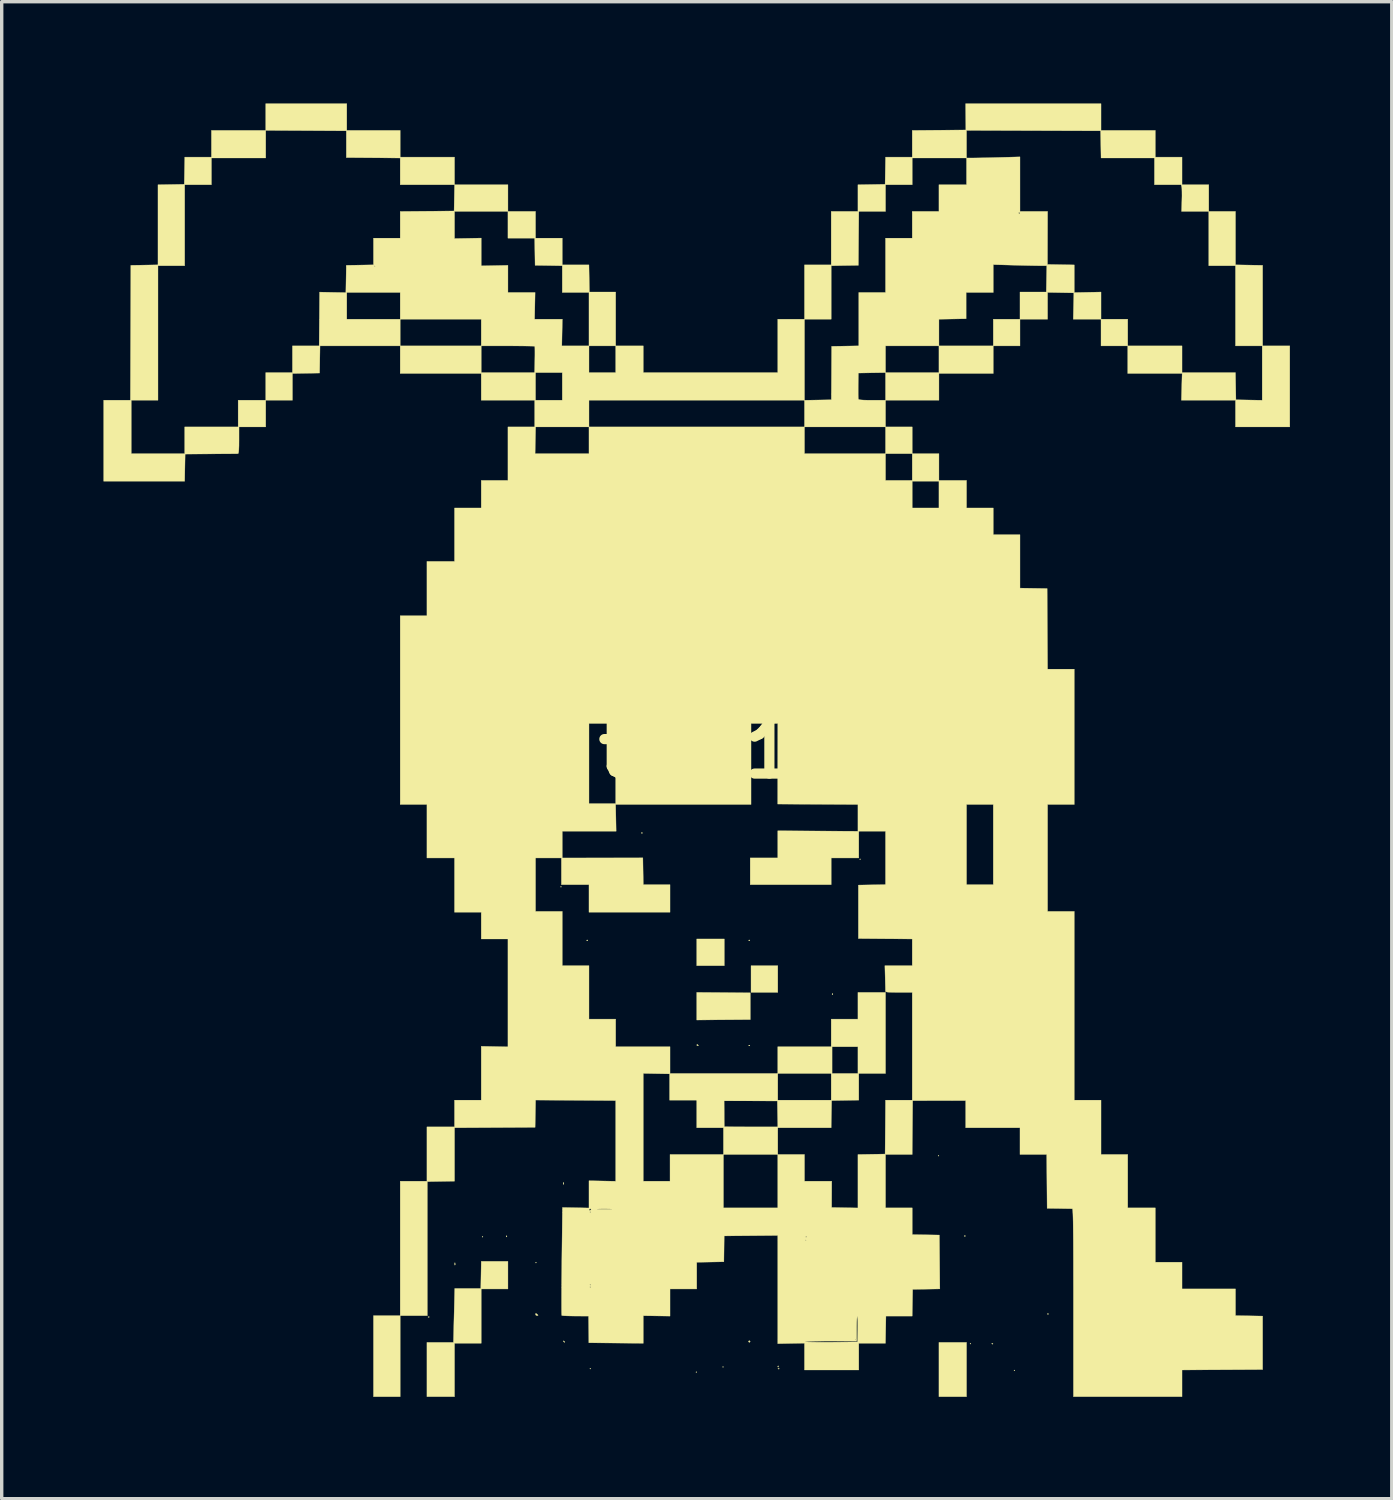
<source format=kicad_pcb>
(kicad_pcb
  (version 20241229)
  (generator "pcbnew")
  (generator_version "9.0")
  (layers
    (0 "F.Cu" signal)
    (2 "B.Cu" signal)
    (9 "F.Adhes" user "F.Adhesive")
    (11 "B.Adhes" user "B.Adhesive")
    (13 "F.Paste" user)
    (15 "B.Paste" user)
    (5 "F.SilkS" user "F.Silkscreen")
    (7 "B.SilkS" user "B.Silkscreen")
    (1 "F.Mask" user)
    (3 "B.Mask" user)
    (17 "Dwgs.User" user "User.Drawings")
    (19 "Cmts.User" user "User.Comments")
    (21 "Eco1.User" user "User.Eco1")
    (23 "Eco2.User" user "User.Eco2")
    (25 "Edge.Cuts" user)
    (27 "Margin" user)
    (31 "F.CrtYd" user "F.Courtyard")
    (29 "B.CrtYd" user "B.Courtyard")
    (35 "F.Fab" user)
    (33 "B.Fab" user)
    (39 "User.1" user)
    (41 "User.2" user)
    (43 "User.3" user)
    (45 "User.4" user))
  (footprint "test1"
    (layer "F.Cu")
    (at 17.48 19.055)
    (property "Reference" "test1" (at 0 0 0) (layer "F.SilkS") (effects (font (size 1.524 1.524) (thickness 0.3))))
    (attr through_hole)
    (fp_poly (pts (xy -8.738 19.05) (xy -9.525 19.05) (xy -9.525 16.662) (xy -8.738 16.662) (xy -8.738 19.05)) (stroke (width 0.01) (type solid)) (fill yes) (layer "F.SilkS"))
    (fp_poly (pts (xy -6.299 14.338) (xy -6.312 14.351) (xy -6.325 14.338) (xy -6.312 14.326) (xy -6.299 14.338)) (stroke (width 0.01) (type solid)) (fill yes) (layer "F.SilkS"))
    (fp_poly (pts (xy -4.724 15.1) (xy -4.737 15.113) (xy -4.75 15.1) (xy -4.737 15.088) (xy -4.724 15.1)) (stroke (width 0.01) (type solid)) (fill yes) (layer "F.SilkS"))
    (fp_poly (pts (xy -3.988 4.026) (xy -4 4.039) (xy -4.013 4.026) (xy -4 4.013) (xy -3.988 4.026)) (stroke (width 0.01) (type solid)) (fill yes) (layer "F.SilkS"))
    (fp_poly (pts (xy -3.124 18.224) (xy -3.137 18.237) (xy -3.15 18.224) (xy -3.137 18.212) (xy -3.124 18.224)) (stroke (width 0.01) (type solid)) (fill yes) (layer "F.SilkS"))
    (fp_poly (pts (xy 0 18.326) (xy -0.013 18.339) (xy -0.025 18.326) (xy -0.013 18.313) (xy 0 18.326)) (stroke (width 0.01) (type solid)) (fill yes) (layer "F.SilkS"))
    (fp_poly (pts (xy 0.787 18.174) (xy 0.775 18.186) (xy 0.762 18.174) (xy 0.775 18.161) (xy 0.787 18.174)) (stroke (width 0.01) (type solid)) (fill yes) (layer "F.SilkS"))
    (fp_poly (pts (xy 0.813 6.35) (xy 0 6.35) (xy 0 5.563) (xy 0.813 5.563) (xy 0.813 6.35)) (stroke (width 0.01) (type solid)) (fill yes) (layer "F.SilkS"))
    (fp_poly (pts (xy 2.388 7.137) (xy 1.6 7.137) (xy 1.6 6.35) (xy 2.388 6.35) (xy 2.388 7.137)) (stroke (width 0.01) (type solid)) (fill yes) (layer "F.SilkS"))
    (fp_poly (pts (xy 4.826 3.213) (xy 4.813 3.226) (xy 4.801 3.213) (xy 4.813 3.2) (xy 4.826 3.213)) (stroke (width 0.01) (type solid)) (fill yes) (layer "F.SilkS"))
    (fp_poly (pts (xy 7.137 11.951) (xy 7.125 11.963) (xy 7.112 11.951) (xy 7.125 11.938) (xy 7.137 11.951)) (stroke (width 0.01) (type solid)) (fill yes) (layer "F.SilkS"))
    (fp_poly (pts (xy 7.95 19.05) (xy 7.137 19.05) (xy 7.137 17.45) (xy 7.95 17.45) (xy 7.95 19.05)) (stroke (width 0.01) (type solid)) (fill yes) (layer "F.SilkS"))
    (fp_poly (pts (xy 8.077 17.488) (xy 8.065 17.501) (xy 8.052 17.488) (xy 8.065 17.475) (xy 8.077 17.488)) (stroke (width 0.01) (type solid)) (fill yes) (layer "F.SilkS"))
    (fp_poly (pts (xy 9.373 18.275) (xy 9.36 18.288) (xy 9.347 18.275) (xy 9.36 18.263) (xy 9.373 18.275)) (stroke (width 0.01) (type solid)) (fill yes) (layer "F.SilkS"))
    (fp_poly (pts (xy -7.882 16.696) (xy -7.886 16.711) (xy -7.899 16.713) (xy -7.92 16.704) (xy -7.916 16.696) (xy -7.886 16.693) (xy -7.882 16.696)) (stroke (width 0.01) (type solid)) (fill yes) (layer "F.SilkS"))
    (fp_poly (pts (xy -7.121 15.107) (xy -7.117 15.159) (xy -7.121 15.17) (xy -7.13 15.173) (xy -7.133 15.138) (xy -7.129 15.102) (xy -7.121 15.107)) (stroke (width 0.01) (type solid)) (fill yes) (layer "F.SilkS"))
    (fp_poly (pts (xy -5.596 14.309) (xy -5.593 14.339) (xy -5.596 14.343) (xy -5.612 14.339) (xy -5.613 14.326) (xy -5.604 14.305) (xy -5.596 14.309)) (stroke (width 0.01) (type solid)) (fill yes) (layer "F.SilkS"))
    (fp_poly (pts (xy -3.92 12.746) (xy -3.917 12.786) (xy -3.922 12.795) (xy -3.933 12.787) (xy -3.935 12.761) (xy -3.929 12.734) (xy -3.92 12.746)) (stroke (width 0.01) (type solid)) (fill yes) (layer "F.SilkS"))
    (fp_poly (pts (xy -3.209 5.596) (xy -3.212 5.612) (xy -3.226 5.613) (xy -3.247 5.604) (xy -3.243 5.596) (xy -3.213 5.593) (xy -3.209 5.596)) (stroke (width 0.01) (type solid)) (fill yes) (layer "F.SilkS"))
    (fp_poly (pts (xy -1.609 2.421) (xy -1.606 2.452) (xy -1.609 2.455) (xy -1.624 2.452) (xy -1.626 2.438) (xy -1.616 2.417) (xy -1.609 2.421)) (stroke (width 0.01) (type solid)) (fill yes) (layer "F.SilkS"))
    (fp_poly (pts (xy 0.79 7.143) (xy 1.579 7.15) (xy 1.579 7.938) (xy 0.79 7.944) (xy 0 7.951) (xy 0 7.137) (xy 0.79 7.143)) (stroke (width 0.01) (type solid)) (fill yes) (layer "F.SilkS"))
    (fp_poly (pts (xy 1.566 5.596) (xy 1.563 5.612) (xy 1.549 5.613) (xy 1.528 5.604) (xy 1.532 5.596) (xy 1.563 5.593) (xy 1.566 5.596)) (stroke (width 0.01) (type solid)) (fill yes) (layer "F.SilkS"))
    (fp_poly (pts (xy 1.566 8.695) (xy 1.563 8.71) (xy 1.549 8.712) (xy 1.528 8.703) (xy 1.532 8.695) (xy 1.563 8.692) (xy 1.566 8.695)) (stroke (width 0.01) (type solid)) (fill yes) (layer "F.SilkS"))
    (fp_poly (pts (xy 2.405 18.144) (xy 2.408 18.174) (xy 2.405 18.178) (xy 2.389 18.174) (xy 2.388 18.161) (xy 2.397 18.14) (xy 2.405 18.144)) (stroke (width 0.01) (type solid)) (fill yes) (layer "F.SilkS"))
    (fp_poly (pts (xy 2.43 18.22) (xy 2.426 18.235) (xy 2.413 18.237) (xy 2.392 18.228) (xy 2.396 18.22) (xy 2.426 18.217) (xy 2.43 18.22)) (stroke (width 0.01) (type solid)) (fill yes) (layer "F.SilkS"))
    (fp_poly (pts (xy 4.005 7.171) (xy 4.008 7.201) (xy 4.005 7.205) (xy 3.99 7.202) (xy 3.988 7.188) (xy 3.997 7.167) (xy 4.005 7.171)) (stroke (width 0.01) (type solid)) (fill yes) (layer "F.SilkS"))
    (fp_poly (pts (xy 7.916 14.309) (xy 7.913 14.324) (xy 7.899 14.326) (xy 7.878 14.316) (xy 7.882 14.309) (xy 7.913 14.306) (xy 7.916 14.309)) (stroke (width 0.01) (type solid)) (fill yes) (layer "F.SilkS"))
    (fp_poly (pts (xy 8.729 17.484) (xy 8.726 17.499) (xy 8.712 17.501) (xy 8.691 17.491) (xy 8.695 17.484) (xy 8.725 17.481) (xy 8.729 17.484)) (stroke (width 0.01) (type solid)) (fill yes) (layer "F.SilkS"))
    (fp_poly (pts (xy 10.355 16.595) (xy 10.358 16.625) (xy 10.355 16.629) (xy 10.34 16.625) (xy 10.338 16.612) (xy 10.347 16.591) (xy 10.355 16.595)) (stroke (width 0.01) (type solid)) (fill yes) (layer "F.SilkS"))
    (fp_poly (pts (xy -3.916 17.409) (xy -3.888 17.435) (xy -3.894 17.45) (xy -3.897 17.45) (xy -3.919 17.432) (xy -3.927 17.42) (xy -3.93 17.403) (xy -3.916 17.409)) (stroke (width 0.01) (type solid)) (fill yes) (layer "F.SilkS"))
    (fp_poly (pts (xy 0.025 8.674) (xy 0.05 8.697) (xy 0.051 8.701) (xy 0.031 8.712) (xy 0.025 8.712) (xy 0.001 8.693) (xy 0 8.685) (xy 0.016 8.67) (xy 0.025 8.674)) (stroke (width 0.01) (type solid)) (fill yes) (layer "F.SilkS"))
    (fp_poly (pts (xy 1.574 17.418) (xy 1.575 17.424) (xy 1.555 17.449) (xy 1.549 17.45) (xy 1.525 17.43) (xy 1.524 17.424) (xy 1.543 17.4) (xy 1.549 17.399) (xy 1.574 17.418)) (stroke (width 0.01) (type solid)) (fill yes) (layer "F.SilkS"))
    (fp_poly (pts (xy -4.715 16.609) (xy -4.712 16.612) (xy -4.68 16.642) (xy -4.674 16.653) (xy -4.694 16.661) (xy -4.712 16.662) (xy -4.745 16.642) (xy -4.75 16.621) (xy -4.743 16.594) (xy -4.715 16.609)) (stroke (width 0.01) (type solid)) (fill yes) (layer "F.SilkS"))
    (fp_poly (pts (xy -5.563 15.875) (xy -6.35 15.875) (xy -6.35 17.475) (xy -7.137 17.475) (xy -7.137 19.05) (xy -7.95 19.05) (xy -7.95 17.45) (xy -7.169 17.45) (xy -7.131 15.862) (xy -6.363 15.862) (xy -6.356 15.462) (xy -6.349 15.062) (xy -5.563 15.062) (xy -5.563 15.875)) (stroke (width 0.01) (type solid)) (fill yes) (layer "F.SilkS"))
    (fp_poly (pts (xy -10.312 -18.263) (xy -8.738 -18.263) (xy -8.738 -17.475) (xy -7.137 -17.475) (xy -7.137 -16.662) (xy -8.738 -16.662) (xy -8.738 -17.056) (xy -8.738 -17.449) (xy -9.531 -17.456) (xy -10.325 -17.462) (xy -10.325 -18.25) (xy -11.513 -18.257) (xy -12.7 -18.263) (xy -12.7 -19.05) (xy -10.312 -19.05) (xy -10.312 -18.263)) (stroke (width 0.01) (type solid)) (fill yes) (layer "F.SilkS"))
    (fp_poly (pts (xy -4.75 -15.088) (xy -3.962 -15.088) (xy -3.962 -14.3) (xy -3.176 -14.3) (xy -3.162 -13.5) (xy -2.388 -13.5) (xy -2.388 -12.706) (xy -2.388 -11.913) (xy -3.175 -11.913) (xy -3.175 -13.487) (xy -3.962 -13.487) (xy -3.962 -14.274) (xy -4.362 -14.281) (xy -4.763 -14.287) (xy -4.769 -14.688) (xy -4.776 -15.088) (xy -5.17 -15.088) (xy -5.563 -15.088) (xy -5.563 -15.875) (xy -4.75 -15.875) (xy -4.75 -15.088)) (stroke (width 0.01) (type solid)) (fill yes) (layer "F.SilkS"))
    (fp_poly (pts (xy -12.7 -17.45) (xy -14.3 -17.45) (xy -14.3 -16.662) (xy -15.088 -16.662) (xy -15.088 -14.275) (xy -15.875 -14.275) (xy -15.875 -10.312) (xy -16.662 -10.312) (xy -16.662 -8.738) (xy -15.088 -8.738) (xy -15.088 -9.525) (xy -13.513 -9.525) (xy -13.513 -10.312) (xy -12.7 -10.312) (xy -12.7 -9.525) (xy -13.487 -9.525) (xy -13.487 -9.131) (xy -13.488 -8.973) (xy -13.492 -8.859) (xy -13.498 -8.786) (xy -13.508 -8.747) (xy -13.519 -8.737) (xy -13.552 -8.736) (xy -13.629 -8.735) (xy -13.743 -8.734) (xy -13.889 -8.733) (xy -14.059 -8.732) (xy -14.247 -8.731) (xy -14.313 -8.73) (xy -15.075 -8.725) (xy -15.082 -8.325) (xy -15.089 -7.925) (xy -16.282 -7.925) (xy -17.475 -7.925) (xy -17.475 -10.312) (xy -16.688 -10.312) (xy -16.675 -14.287) (xy -15.875 -14.301) (xy -15.875 -16.661) (xy -15.488 -16.668) (xy -15.1 -16.675) (xy -15.093 -17.075) (xy -15.086 -17.475) (xy -14.3 -17.475) (xy -14.3 -18.263) (xy -12.7 -18.263) (xy -12.7 -17.45)) (stroke (width 0.01) (type solid)) (fill yes) (layer "F.SilkS"))
    (fp_poly (pts (xy 7.137 -8.738) (xy 7.137 -7.95) (xy 7.95 -7.95) (xy 7.95 -7.137) (xy 8.738 -7.137) (xy 8.738 -6.35) (xy 9.525 -6.35) (xy 9.525 -4.776) (xy 10.325 -4.763) (xy 10.338 -2.388) (xy 11.125 -2.388) (xy 11.125 1.6) (xy 10.338 1.6) (xy 10.338 4.75) (xy 11.125 4.75) (xy 11.125 10.312) (xy 11.913 10.312) (xy 11.913 11.913) (xy 12.7 11.913) (xy 12.7 13.487) (xy 13.513 13.487) (xy 13.513 15.088) (xy 14.3 15.088) (xy 14.3 15.875) (xy 15.875 15.875) (xy 15.875 16.661) (xy 16.675 16.675) (xy 16.675 18.25) (xy 14.3 18.263) (xy 14.3 19.05) (xy 11.1 19.05) (xy 11.1 16.281) (xy 11.1 15.831) (xy 11.099 15.428) (xy 11.099 15.072) (xy 11.098 14.76) (xy 11.097 14.488) (xy 11.095 14.256) (xy 11.093 14.06) (xy 11.091 13.898) (xy 11.088 13.768) (xy 11.085 13.668) (xy 11.081 13.594) (xy 11.077 13.545) (xy 11.073 13.519) (xy 11.068 13.512) (xy 11.032 13.511) (xy 10.956 13.51) (xy 10.849 13.508) (xy 10.722 13.506) (xy 10.681 13.505) (xy 10.325 13.5) (xy 10.312 11.913) (xy 9.525 11.913) (xy 9.525 11.125) (xy 7.925 11.125) (xy 7.925 10.725) (xy 7.925 10.325) (xy 7.144 10.326) (xy 6.363 10.327) (xy 6.349 11.913) (xy 5.563 11.913) (xy 5.563 13.487) (xy 6.35 13.487) (xy 6.35 14.274) (xy 7.15 14.287) (xy 7.157 15.081) (xy 7.164 15.874) (xy 6.763 15.881) (xy 6.363 15.888) (xy 6.356 16.281) (xy 6.349 16.675) (xy 5.575 16.675) (xy 5.561 17.475) (xy 4.775 17.475) (xy 4.775 18.263) (xy 3.175 18.263) (xy 3.175 17.473) (xy 2.781 17.48) (xy 2.388 17.488) (xy 2.388 17.431) (xy 3.192 17.431) (xy 3.219 17.436) (xy 3.291 17.44) (xy 3.401 17.442) (xy 3.543 17.444) (xy 3.711 17.445) (xy 3.897 17.444) (xy 3.97 17.444) (xy 4.737 17.437) (xy 4.744 17.071) (xy 4.745 16.939) (xy 4.744 16.825) (xy 4.74 16.74) (xy 4.734 16.691) (xy 4.731 16.685) (xy 4.725 16.701) (xy 4.719 16.761) (xy 4.714 16.854) (xy 4.712 16.974) (xy 4.712 17.038) (xy 4.712 17.412) (xy 3.946 17.412) (xy 3.755 17.412) (xy 3.582 17.414) (xy 3.434 17.417) (xy 3.316 17.42) (xy 3.234 17.424) (xy 3.194 17.429) (xy 3.192 17.431) (xy 2.388 17.431) (xy 2.388 17.361) (xy 4.674 17.361) (xy 4.686 17.374) (xy 4.699 17.361) (xy 4.686 17.348) (xy 4.674 17.361) (xy 2.388 17.361) (xy 2.388 14.44) (xy 3.2 14.44) (xy 3.213 14.453) (xy 3.226 14.44) (xy 3.213 14.427) (xy 3.2 14.44) (xy 2.388 14.44) (xy 2.388 14.334) (xy 3.209 14.334) (xy 3.212 14.349) (xy 3.226 14.351) (xy 3.247 14.342) (xy 3.243 14.334) (xy 3.213 14.331) (xy 3.209 14.334) (xy 2.388 14.334) (xy 2.388 14.299) (xy 0.809 14.313) (xy 0.8 15.075) (xy 0.4 15.082) (xy 0 15.089) (xy 0 15.875) (xy -0.787 15.875) (xy -0.787 16.675) (xy -1.181 16.67) (xy -1.575 16.664) (xy -1.575 17.476) (xy -2.377 17.469) (xy -3.179 17.462) (xy -3.188 16.675) (xy -3.574 16.674) (xy -3.709 16.672) (xy -3.826 16.669) (xy -3.915 16.665) (xy -3.968 16.659) (xy -3.977 16.656) (xy -3.98 16.628) (xy -3.982 16.554) (xy -3.983 16.438) (xy -3.983 16.284) (xy -3.983 16.097) (xy -3.982 15.881) (xy -3.982 15.824) (xy -3.15 15.824) (xy -3.14 15.845) (xy -3.133 15.841) (xy -3.13 15.811) (xy -3.133 15.807) (xy -3.148 15.811) (xy -3.15 15.824) (xy -3.982 15.824) (xy -3.981 15.748) (xy -3.15 15.748) (xy -3.14 15.769) (xy -3.133 15.765) (xy -3.13 15.735) (xy -3.133 15.731) (xy -3.148 15.735) (xy -3.15 15.748) (xy -3.981 15.748) (xy -3.981 15.64) (xy -3.978 15.38) (xy -3.975 15.103) (xy -3.975 15.057) (xy -3.958 13.614) (xy -3.15 13.614) (xy -3.14 13.635) (xy -3.133 13.631) (xy -3.13 13.601) (xy -3.133 13.597) (xy -3.148 13.601) (xy -3.15 13.614) (xy -3.958 13.614) (xy -3.957 13.538) (xy -3.175 13.538) (xy -3.157 13.563) (xy -3.151 13.564) (xy -3.117 13.545) (xy -3.111 13.538) (xy -3.116 13.522) (xy -2.942 13.522) (xy -2.936 13.525) (xy -2.886 13.527) (xy -2.797 13.528) (xy -2.718 13.528) (xy -2.605 13.528) (xy -2.528 13.526) (xy -2.493 13.524) (xy -2.501 13.521) (xy -2.534 13.519) (xy -2.663 13.516) (xy -2.806 13.516) (xy -2.902 13.519) (xy -2.942 13.522) (xy -3.116 13.522) (xy -3.117 13.516) (xy -3.135 13.513) (xy -3.17 13.526) (xy -3.175 13.538) (xy -3.957 13.538) (xy -3.956 13.475) (xy -3.566 13.482) (xy -3.175 13.49) (xy -3.175 12.687) (xy -2.388 12.702) (xy -2.388 12.7) (xy -1.575 12.7) (xy -0.787 12.7) (xy -0.787 11.913) (xy 0.787 11.913) (xy 0.787 13.487) (xy 2.388 13.487) (xy 2.388 11.913) (xy 0.787 11.913) (xy 0.787 11.125) (xy 0 11.125) (xy 0 10.329) (xy 0.807 10.329) (xy 0.81 10.708) (xy 0.81 10.841) (xy 0.811 10.954) (xy 0.812 11.039) (xy 0.812 11.087) (xy 0.812 11.093) (xy 0.837 11.095) (xy 0.906 11.096) (xy 1.014 11.098) (xy 1.154 11.099) (xy 1.321 11.099) (xy 1.508 11.1) (xy 1.601 11.1) (xy 2.389 11.1) (xy 2.382 10.718) (xy 2.375 10.337) (xy 1.591 10.333) (xy 0.807 10.329) (xy 0 10.329) (xy 0 10.312) (xy -0.4 10.312) (xy -0.8 10.312) (xy -0.8 9.538) (xy -1.575 9.524) (xy -1.575 12.7) (xy -2.388 12.7) (xy -2.388 11.514) (xy -2.388 10.325) (xy -4.748 10.309) (xy -4.755 10.711) (xy -4.763 11.113) (xy -7.137 11.126) (xy -7.137 12.699) (xy -7.938 12.713) (xy -7.938 16.662) (xy -8.738 16.662) (xy -8.738 12.7) (xy -7.95 12.7) (xy -7.95 11.1) (xy -7.137 11.1) (xy -7.137 10.312) (xy -6.35 10.312) (xy -6.35 9.519) (xy -6.35 8.725) (xy -5.956 8.733) (xy -5.563 8.741) (xy -5.563 5.563) (xy -6.35 5.563) (xy -6.35 4.775) (xy -7.137 4.775) (xy -7.137 3.175) (xy -4.75 3.175) (xy -4.75 4.75) (xy -3.962 4.75) (xy -3.962 6.35) (xy -3.175 6.35) (xy -3.175 7.925) (xy -2.388 7.925) (xy -2.388 8.738) (xy -0.787 8.738) (xy -0.787 9.525) (xy 2.388 9.525) (xy 2.388 10.312) (xy 3.962 10.312) (xy 3.962 9.525) (xy 2.388 9.525) (xy 2.388 8.738) (xy 3.962 8.738) (xy 3.988 8.738) (xy 3.988 9.525) (xy 4.75 9.525) (xy 4.75 8.738) (xy 3.988 8.738) (xy 3.962 8.738) (xy 3.962 7.925) (xy 4.75 7.925) (xy 4.75 7.137) (xy 5.563 7.137) (xy 5.563 9.525) (xy 4.775 9.525) (xy 4.775 10.311) (xy 3.975 10.325) (xy 3.961 11.125) (xy 2.388 11.125) (xy 2.388 11.913) (xy 3.175 11.913) (xy 3.175 12.7) (xy 3.978 12.7) (xy 3.975 13.475) (xy 4.362 13.482) (xy 4.75 13.489) (xy 4.75 11.914) (xy 5.15 11.907) (xy 5.55 11.9) (xy 5.557 11.106) (xy 5.563 10.312) (xy 6.35 10.312) (xy 6.35 7.137) (xy 5.956 7.137) (xy 5.798 7.136) (xy 5.685 7.133) (xy 5.611 7.127) (xy 5.572 7.117) (xy 5.562 7.106) (xy 5.561 7.07) (xy 5.56 6.993) (xy 5.557 6.886) (xy 5.554 6.759) (xy 5.553 6.712) (xy 5.544 6.35) (xy 6.35 6.35) (xy 6.35 5.563) (xy 5.556 5.557) (xy 4.763 5.55) (xy 4.763 3.975) (xy 5.563 3.961) (xy 5.563 2.388) (xy 4.775 2.388) (xy 4.775 3.175) (xy 3.962 3.175) (xy 3.962 3.962) (xy 1.575 3.962) (xy 1.575 3.175) (xy 2.388 3.175) (xy 2.388 2.375) (xy 3.569 2.382) (xy 4.75 2.389) (xy 4.75 1.601) (xy 4.66 1.6) (xy 7.95 1.6) (xy 7.95 3.962) (xy 8.738 3.962) (xy 8.738 1.6) (xy 7.95 1.6) (xy 4.66 1.6) (xy 3.568 1.594) (xy 2.386 1.587) (xy 2.387 0.4) (xy 2.389 -0.787) (xy 1.994 -0.787) (xy 1.6 -0.787) (xy 1.6 1.6) (xy -2.39 1.6) (xy -2.382 1.994) (xy -2.375 2.388) (xy -3.169 2.388) (xy -3.962 2.388) (xy -3.962 3.176) (xy -1.587 3.173) (xy -1.581 3.568) (xy -1.574 3.962) (xy -0.787 3.962) (xy -0.787 4.775) (xy -3.175 4.775) (xy -3.175 3.962) (xy -3.988 3.962) (xy -3.988 3.175) (xy -4.75 3.175) (xy -7.137 3.175) (xy -7.95 3.175) (xy -7.95 1.6) (xy -8.738 1.6) (xy -8.738 -0.787) (xy -3.175 -0.787) (xy -3.175 1.575) (xy -2.388 1.575) (xy -2.388 -0.787) (xy -3.175 -0.787) (xy -8.738 -0.787) (xy -8.738 -3.962) (xy -7.95 -3.962) (xy -7.95 -5.563) (xy -7.137 -5.563) (xy -7.137 -7.137) (xy -6.35 -7.137) (xy -6.35 -7.925) (xy 6.35 -7.925) (xy 6.35 -7.137) (xy 7.137 -7.137) (xy 7.137 -7.925) (xy 6.35 -7.925) (xy -6.35 -7.925) (xy -6.35 -7.95) (xy -5.563 -7.95) (xy -5.563 -8.738) (xy -4.763 -8.738) (xy -3.969 -8.738) (xy -3.175 -8.738) (xy -3.175 -9.525) (xy -4.747 -9.525) (xy -4.755 -9.131) (xy -4.763 -8.738) (xy -5.563 -8.738) (xy -5.563 -9.525) (xy -4.775 -9.525) (xy -4.775 -10.312) (xy -6.35 -10.312) (xy -6.35 -11.1) (xy -8.738 -11.1) (xy -8.738 -11.913) (xy -11.1 -11.913) (xy -11.101 -11.855) (xy -11.102 -11.809) (xy -11.103 -11.724) (xy -11.105 -11.611) (xy -11.107 -11.481) (xy -11.107 -11.455) (xy -11.113 -11.113) (xy -11.513 -11.106) (xy -11.913 -11.099) (xy -11.913 -10.312) (xy -12.7 -10.312) (xy -12.7 -11.125) (xy -11.913 -11.125) (xy -11.913 -11.913) (xy -11.126 -11.913) (xy -11.119 -12.705) (xy -11.113 -13.498) (xy -10.726 -13.49) (xy -10.339 -13.483) (xy -10.339 -13.487) (xy -10.312 -13.487) (xy -10.312 -12.7) (xy -8.738 -12.7) (xy -8.738 -11.913) (xy -6.35 -11.913) (xy -6.35 -11.125) (xy -4.778 -11.125) (xy -4.75 -11.125) (xy -4.75 -10.312) (xy -3.962 -10.312) (xy -3.175 -10.312) (xy -3.175 -9.525) (xy 3.175 -9.525) (xy 3.175 -8.738) (xy 5.563 -8.738) (xy 5.563 -7.95) (xy 6.35 -7.95) (xy 6.35 -8.738) (xy 5.563 -8.738) (xy 5.563 -9.525) (xy 3.175 -9.525) (xy 3.175 -10.311) (xy 3.57 -10.318) (xy 3.966 -10.325) (xy 3.968 -10.611) (xy 4.757 -10.611) (xy 4.757 -10.494) (xy 4.759 -10.405) (xy 4.762 -10.352) (xy 4.763 -10.344) (xy 4.782 -10.331) (xy 4.832 -10.322) (xy 4.918 -10.316) (xy 5.046 -10.313) (xy 5.168 -10.312) (xy 5.563 -10.312) (xy 5.563 -11.125) (xy 7.137 -11.125) (xy 7.137 -11.913) (xy 5.563 -11.913) (xy 5.563 -11.126) (xy 4.763 -11.113) (xy 4.758 -10.744) (xy 4.757 -10.611) (xy 3.968 -10.611) (xy 3.971 -11.113) (xy 3.975 -11.9) (xy 4.775 -11.914) (xy 4.775 -12.699) (xy 7.137 -12.699) (xy 7.137 -11.913) (xy 8.738 -11.913) (xy 8.738 -12.7) (xy 9.525 -12.7) (xy 9.525 -13.5) (xy 10.3 -13.5) (xy 10.307 -13.887) (xy 10.314 -14.275) (xy 10.116 -14.275) (xy 10.032 -14.276) (xy 9.908 -14.278) (xy 9.754 -14.281) (xy 9.581 -14.285) (xy 9.399 -14.29) (xy 9.328 -14.292) (xy 8.738 -14.308) (xy 8.738 -13.487) (xy 7.938 -13.487) (xy 7.938 -12.713) (xy 7.537 -12.706) (xy 7.137 -12.699) (xy 4.775 -12.699) (xy 4.775 -13.487) (xy 5.563 -13.487) (xy 5.563 -15.088) (xy 6.35 -15.088) (xy 6.35 -15.834) (xy 9.483 -15.834) (xy 9.487 -15.824) (xy 9.51 -15.8) (xy 9.514 -15.799) (xy 9.525 -15.818) (xy 9.525 -15.824) (xy 9.505 -15.849) (xy 9.498 -15.85) (xy 9.483 -15.834) (xy 6.35 -15.834) (xy 6.35 -15.875) (xy 7.137 -15.875) (xy 7.137 -16.662) (xy 7.95 -16.662) (xy 7.95 -17.45) (xy 8.147 -17.45) (xy 8.231 -17.451) (xy 8.355 -17.453) (xy 8.509 -17.456) (xy 8.682 -17.46) (xy 8.863 -17.465) (xy 8.934 -17.467) (xy 9.525 -17.483) (xy 9.525 -15.875) (xy 10.339 -15.875) (xy 10.337 -15.094) (xy 10.335 -14.313) (xy 10.73 -14.306) (xy 11.125 -14.299) (xy 11.125 -13.484) (xy 11.519 -13.492) (xy 11.913 -13.5) (xy 11.913 -12.7) (xy 12.7 -12.7) (xy 12.7 -11.913) (xy 14.3 -11.913) (xy 14.3 -11.125) (xy 15.874 -11.125) (xy 15.888 -10.325) (xy 16.275 -10.318) (xy 16.662 -10.311) (xy 16.662 -11.913) (xy 15.875 -11.913) (xy 15.875 -14.275) (xy 15.088 -14.275) (xy 15.088 -15.875) (xy 14.286 -15.875) (xy 14.296 -16.204) (xy 14.299 -16.334) (xy 14.298 -16.451) (xy 14.296 -16.542) (xy 14.291 -16.595) (xy 14.29 -16.598) (xy 14.274 -16.662) (xy 13.881 -16.662) (xy 13.487 -16.662) (xy 13.487 -17.45) (xy 11.914 -17.45) (xy 11.907 -17.85) (xy 11.9 -18.25) (xy 7.95 -18.263) (xy 7.95 -17.45) (xy 6.35 -17.45) (xy 6.35 -16.662) (xy 5.563 -16.662) (xy 5.563 -15.875) (xy 4.776 -15.875) (xy 4.769 -15.081) (xy 4.763 -14.287) (xy 4.362 -14.281) (xy 3.962 -14.274) (xy 3.962 -12.7) (xy 3.175 -12.7) (xy 3.175 -10.312) (xy -3.175 -10.312) (xy -3.962 -10.312) (xy -3.962 -11.125) (xy -4.75 -11.125) (xy -4.778 -11.125) (xy -4.77 -11.508) (xy -4.768 -11.642) (xy -4.768 -11.757) (xy -4.769 -11.844) (xy -4.771 -11.894) (xy -4.773 -11.902) (xy -4.8 -11.905) (xy -4.872 -11.907) (xy -4.982 -11.909) (xy -5.124 -11.911) (xy -5.292 -11.912) (xy -5.479 -11.913) (xy -5.567 -11.913) (xy -6.35 -11.913) (xy -6.35 -12.7) (xy -8.738 -12.7) (xy -8.738 -13.487) (xy -10.312 -13.487) (xy -10.339 -13.487) (xy -10.326 -14.262) (xy -9.5 -14.262) (xy -9.487 -14.249) (xy -9.474 -14.262) (xy -9.487 -14.275) (xy -9.5 -14.262) (xy -10.326 -14.262) (xy -10.325 -14.287) (xy -9.525 -14.301) (xy -9.525 -15.088) (xy -8.738 -15.088) (xy -8.738 -15.481) (xy -8.738 -15.874) (xy -7.944 -15.881) (xy -7.15 -15.888) (xy -7.143 -16.275) (xy -7.136 -16.662) (xy -5.563 -16.662) (xy -5.563 -15.875) (xy -7.137 -15.875) (xy -7.137 -15.075) (xy -6.744 -15.082) (xy -6.35 -15.09) (xy -6.35 -14.271) (xy -5.956 -14.279) (xy -5.563 -14.287) (xy -5.563 -13.487) (xy -4.763 -13.487) (xy -4.77 -13.094) (xy -4.778 -12.7) (xy -3.96 -12.7) (xy -3.968 -12.306) (xy -3.975 -11.913) (xy -3.575 -11.913) (xy -3.175 -11.913) (xy -3.175 -11.125) (xy -2.388 -11.125) (xy -2.388 -11.913) (xy -1.575 -11.913) (xy -1.575 -11.125) (xy 2.388 -11.125) (xy 2.388 -12.7) (xy 3.175 -12.7) (xy 3.175 -14.3) (xy 3.962 -14.3) (xy 3.962 -15.875) (xy 4.75 -15.875) (xy 4.75 -16.268) (xy 4.75 -16.661) (xy 5.15 -16.668) (xy 5.55 -16.675) (xy 5.557 -17.075) (xy 5.564 -17.475) (xy 6.35 -17.475) (xy 6.35 -17.869) (xy 6.35 -18.262) (xy 7.14 -18.269) (xy 7.93 -18.275) (xy 7.926 -18.663) (xy 7.923 -19.05) (xy 11.913 -19.05) (xy 11.913 -18.263) (xy 13.513 -18.263) (xy 13.513 -17.475) (xy 14.3 -17.475) (xy 14.3 -16.662) (xy 15.088 -16.662) (xy 15.088 -15.875) (xy 15.875 -15.875) (xy 15.875 -15.088) (xy 15.875 -14.301) (xy 16.275 -14.294) (xy 16.675 -14.287) (xy 16.675 -11.913) (xy 17.075 -11.913) (xy 17.475 -11.913) (xy 17.475 -9.525) (xy 15.875 -9.525) (xy 15.875 -10.312) (xy 14.281 -10.312) (xy 14.303 -11.1) (xy 12.7 -11.1) (xy 12.7 -11.913) (xy 11.913 -11.913) (xy 11.913 -12.7) (xy 11.095 -12.7) (xy 11.112 -13.475) (xy 10.725 -13.482) (xy 10.338 -13.489) (xy 10.338 -12.7) (xy 9.525 -12.7) (xy 9.525 -11.913) (xy 8.738 -11.913) (xy 8.738 -11.1) (xy 7.137 -11.1) (xy 7.137 -10.312) (xy 5.563 -10.312) (xy 5.563 -9.525) (xy 6.35 -9.525) (xy 6.35 -8.738) (xy 7.137 -8.738)) (stroke (width 0.01) (type solid)) (fill yes) (layer "F.SilkS")))
  (gr_rect
    (start -3 -3)
    (end 37.96 41.11)
    (stroke (width 0.1) (type default))
    (fill no)
    (layer "Edge.Cuts")))
</source>
